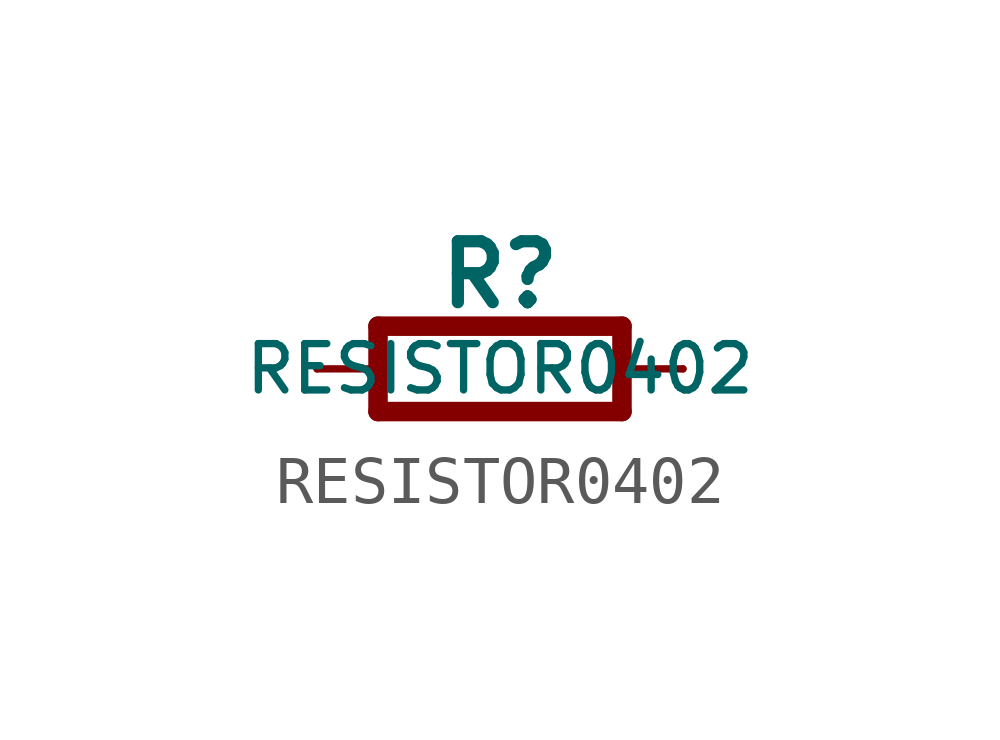
<source format=kicad_sym>
(kicad_symbol_lib
  (version 20211014)
  (generator kicad_symbol_editor)
  (symbol "RESISTOR0402"
    (property "Reference" "R"
      (at 1.27 1.219 0)
      (effects (font (size 1.27 1.27) bold) (justify bottom)))
    (property "Value" "RESISTOR0402"
      (at 1.27 0 0)
      (effects (font (size 0.965 0.965))))
    (property "ki_locked" ""
      (at 0 0 0)
      (effects (font (size 1.27 1.27))))
    (symbol "RESISTOR0402_1_0"
      (polyline (pts (xy -1.27 -0.889) (xy -1.27 0)) (stroke (width 0.406) (type default) (color 0 0 0 0)) (fill (type none)))
      (polyline (pts (xy -1.27 -0.889) (xy 3.81 -0.889)) (stroke (width 0.406) (type default) (color 0 0 0 0)) (fill (type none)))
      (polyline (pts (xy -1.27 0) (xy -2.54 0)) (stroke (width 0.152) (type default) (color 0 0 0 0)) (fill (type none)))
      (polyline (pts (xy -1.27 0) (xy -1.27 0.889)) (stroke (width 0.406) (type default) (color 0 0 0 0)) (fill (type none)))
      (polyline (pts (xy 3.81 -0.889) (xy 3.81 0)) (stroke (width 0.406) (type default) (color 0 0 0 0)) (fill (type none)))
      (polyline (pts (xy 3.81 0) (xy 3.81 0.889)) (stroke (width 0.406) (type default) (color 0 0 0 0)) (fill (type none)))
      (polyline (pts (xy 3.81 0) (xy 5.08 0)) (stroke (width 0.152) (type default) (color 0 0 0 0)) (fill (type none)))
      (polyline (pts (xy 3.81 0.889) (xy -1.27 0.889)) (stroke (width 0.406) (type default) (color 0 0 0 0)) (fill (type none)))
      (pin passive line (at -2.54 0 0) (length 0) (name "1" (effects (font (size 0 0)))) (number "1" (effects (font (size 0 0)))))
      (pin passive line (at 5.08 0 180) (length 0) (name "2" (effects (font (size 0 0)))) (number "2" (effects (font (size 0 0))))))))
</source>
